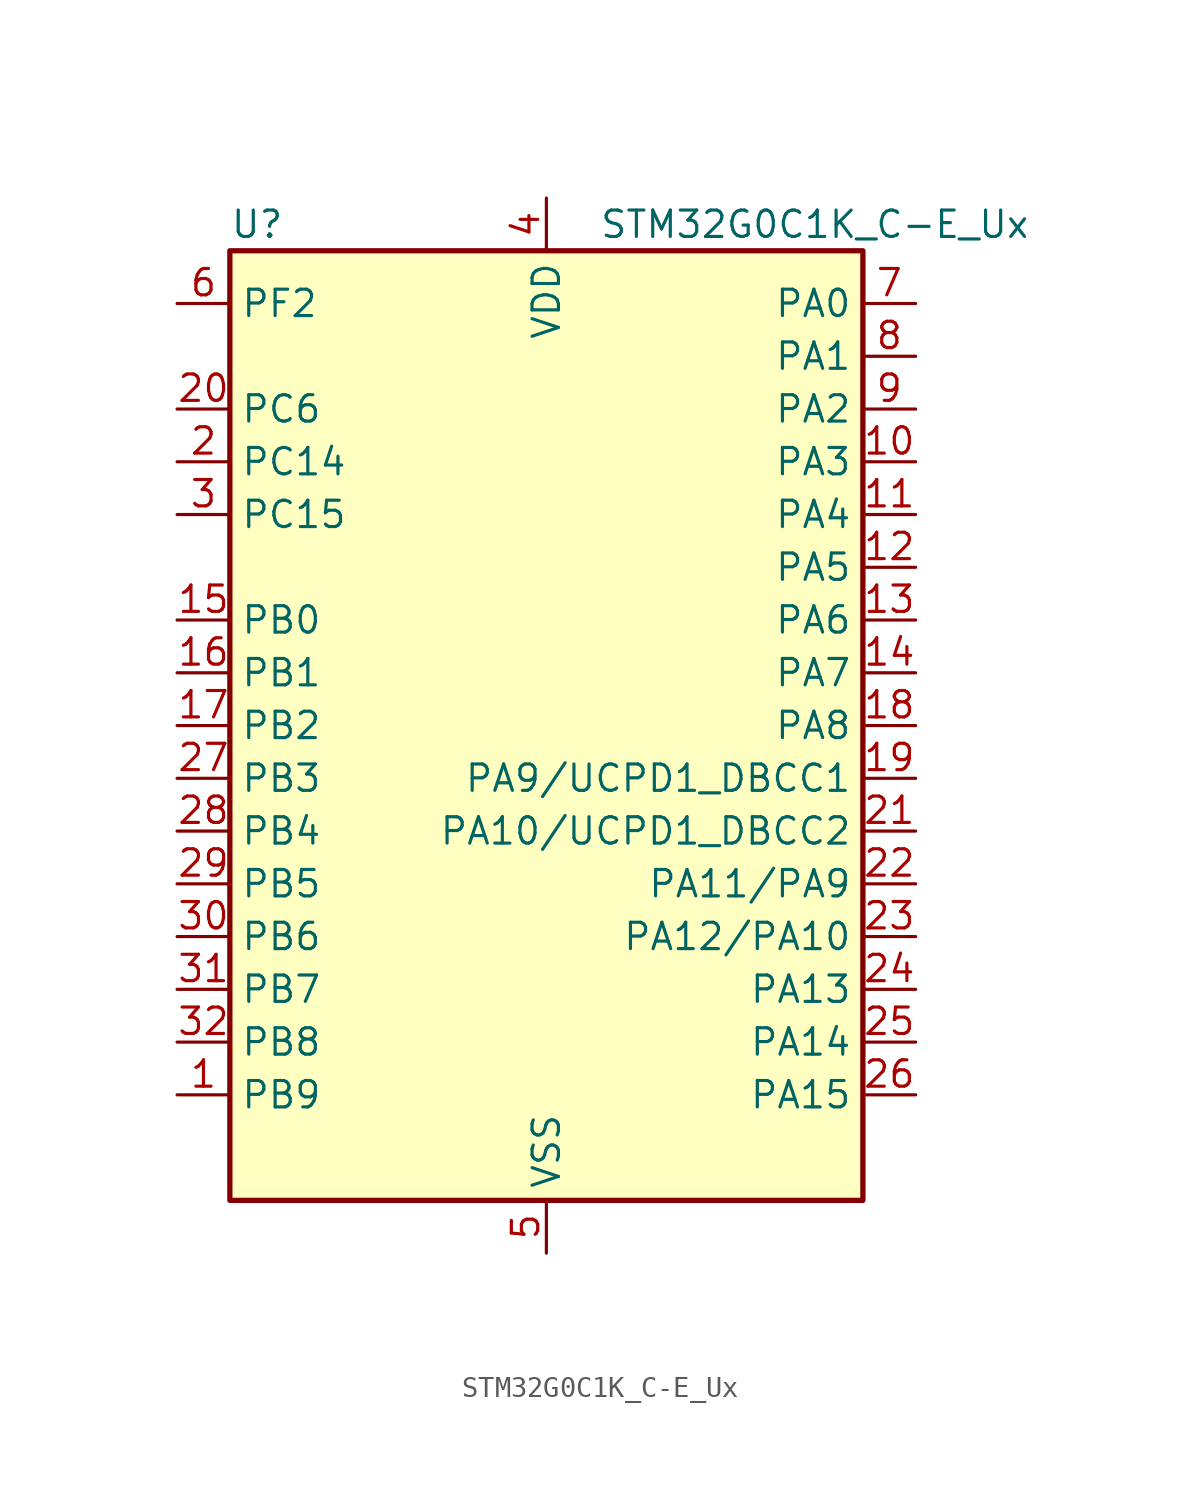
<source format=kicad_sym>
(kicad_symbol_lib
  (version 20211014)
  (generator kicad-library-utils)
  (symbol "STM32G0C1K_C-E_Ux"
    (property "Reference" "U"
      (at -15.24 24.13 0)
      (effects (font (size 1.27 1.27)) (justify left)))
    (property "Value" "STM32G0C1K_C-E_Ux"
      (at 2.54 24.13 0)
      (effects (font (size 1.27 1.27)) (justify left)))
    (property "ki_fp_filters" "QFN*1EP*5x5mm*P0.5mm*"
      (at 0.0 0.0 0.0)
      (effects (font (size 1.27 1.27))))
    (symbol "STM32G0C1K_C-E_Ux_0_1"
      (rectangle (start -15.24 -22.86) (end 15.24 22.86) (stroke (width 0.254)) (fill (type background))))
    (symbol "STM32G0C1K_C-E_Ux_1_1"
      (pin bidirectional line (at -17.78 20.32 0) (length 2.54) (name "PF2" (effects (font (size 1.27 1.27)))) (number "6" (effects (font (size 1.27 1.27)))) (alternate "LPUART2_DE" bidirectional line) (alternate "LPUART2_RTS" bidirectional line) (alternate "LPUART2_TX" bidirectional line) (alternate "RCC_MCO" bidirectional line))
      (pin bidirectional line (at -17.78 15.24 0) (length 2.54) (name "PC6" (effects (font (size 1.27 1.27)))) (number "20" (effects (font (size 1.27 1.27)))) (alternate "LPUART2_TX" bidirectional line) (alternate "TIM2_CH3" bidirectional line) (alternate "TIM3_CH1" bidirectional line) (alternate "UCPD1_FRSTX1" bidirectional line) (alternate "UCPD1_FRSTX2" bidirectional line))
      (pin bidirectional line (at -17.78 12.7 0) (length 2.54) (name "PC14" (effects (font (size 1.27 1.27)))) (number "2" (effects (font (size 1.27 1.27)))) (alternate "RCC_OSC32_IN" bidirectional line) (alternate "RCC_OSC_IN" bidirectional line) (alternate "TIM1_BK2" bidirectional line))
      (pin bidirectional line (at -17.78 10.16 0) (length 2.54) (name "PC15" (effects (font (size 1.27 1.27)))) (number "3" (effects (font (size 1.27 1.27)))) (alternate "RCC_OSC32_EN" bidirectional line) (alternate "RCC_OSC32_OUT" bidirectional line) (alternate "RCC_OSC_EN" bidirectional line) (alternate "TIM15_BK" bidirectional line))
      (pin bidirectional line (at -17.78 5.08 0) (length 2.54) (name "PB0" (effects (font (size 1.27 1.27)))) (number "15" (effects (font (size 1.27 1.27)))) (alternate "ADC1_IN8" bidirectional line) (alternate "COMP1_OUT" bidirectional line) (alternate "COMP3_INP" bidirectional line) (alternate "FDCAN2_RX" bidirectional line) (alternate "I2S1_WS" bidirectional line) (alternate "LPTIM1_OUT" bidirectional line) (alternate "LPUART2_CTS" bidirectional line) (alternate "SPI1_NSS" bidirectional line) (alternate "TIM1_CH2N" bidirectional line) (alternate "TIM3_CH3" bidirectional line) (alternate "UCPD1_FRSTX1" bidirectional line) (alternate "UCPD1_FRSTX2" bidirectional line) (alternate "USART3_RX" bidirectional line) (alternate "USART5_TX" bidirectional line))
      (pin bidirectional line (at -17.78 2.54 0) (length 2.54) (name "PB1" (effects (font (size 1.27 1.27)))) (number "16" (effects (font (size 1.27 1.27)))) (alternate "ADC1_IN9" bidirectional line) (alternate "COMP1_INM" bidirectional line) (alternate "COMP3_OUT" bidirectional line) (alternate "FDCAN2_TX" bidirectional line) (alternate "LPTIM2_IN1" bidirectional line) (alternate "LPUART1_DE" bidirectional line) (alternate "LPUART1_RTS" bidirectional line) (alternate "LPUART2_DE" bidirectional line) (alternate "LPUART2_RTS" bidirectional line) (alternate "TIM14_CH1" bidirectional line) (alternate "TIM1_CH3N" bidirectional line) (alternate "TIM3_CH4" bidirectional line) (alternate "USART3_CK" bidirectional line) (alternate "USART3_DE" bidirectional line) (alternate "USART3_RTS" bidirectional line) (alternate "USART5_RX" bidirectional line))
      (pin bidirectional line (at -17.78 0.0 0) (length 2.54) (name "PB2" (effects (font (size 1.27 1.27)))) (number "17" (effects (font (size 1.27 1.27)))) (alternate "ADC1_IN10" bidirectional line) (alternate "COMP1_INP" bidirectional line) (alternate "COMP3_INM" bidirectional line) (alternate "I2S2_MCK" bidirectional line) (alternate "LPTIM1_OUT" bidirectional line) (alternate "RCC_MCO_2" bidirectional line) (alternate "SPI2_MISO" bidirectional line) (alternate "USART3_TX" bidirectional line))
      (pin bidirectional line (at -17.78 -2.54 0) (length 2.54) (name "PB3" (effects (font (size 1.27 1.27)))) (number "27" (effects (font (size 1.27 1.27)))) (alternate "COMP2_INM" bidirectional line) (alternate "I2C2_SCL" bidirectional line) (alternate "I2C3_SCL" bidirectional line) (alternate "I2S1_CK" bidirectional line) (alternate "SPI1_SCK" bidirectional line) (alternate "SPI3_SCK" bidirectional line) (alternate "TIM1_CH2" bidirectional line) (alternate "TIM2_CH2" bidirectional line) (alternate "USART1_CK" bidirectional line) (alternate "USART1_DE" bidirectional line) (alternate "USART1_RTS" bidirectional line) (alternate "USART5_TX" bidirectional line))
      (pin bidirectional line (at -17.78 -5.08 0) (length 2.54) (name "PB4" (effects (font (size 1.27 1.27)))) (number "28" (effects (font (size 1.27 1.27)))) (alternate "COMP2_INP" bidirectional line) (alternate "I2C2_SDA" bidirectional line) (alternate "I2C3_SDA" bidirectional line) (alternate "I2S1_MCK" bidirectional line) (alternate "SPI1_MISO" bidirectional line) (alternate "SPI3_MISO" bidirectional line) (alternate "TIM17_BK" bidirectional line) (alternate "TIM3_CH1" bidirectional line) (alternate "USART1_CTS" bidirectional line) (alternate "USART1_NSS" bidirectional line) (alternate "USART5_RX" bidirectional line))
      (pin bidirectional line (at -17.78 -7.62 0) (length 2.54) (name "PB5" (effects (font (size 1.27 1.27)))) (number "29" (effects (font (size 1.27 1.27)))) (alternate "COMP2_OUT" bidirectional line) (alternate "FDCAN2_RX" bidirectional line) (alternate "I2C1_SMBA" bidirectional line) (alternate "I2S1_SD" bidirectional line) (alternate "LPTIM1_IN1" bidirectional line) (alternate "SPI1_MOSI" bidirectional line) (alternate "SPI3_MOSI" bidirectional line) (alternate "SYS_WKUP6" bidirectional line) (alternate "TIM16_BK" bidirectional line) (alternate "TIM3_CH2" bidirectional line) (alternate "USART5_CK" bidirectional line) (alternate "USART5_DE" bidirectional line) (alternate "USART5_RTS" bidirectional line))
      (pin bidirectional line (at -17.78 -10.16 0) (length 2.54) (name "PB6" (effects (font (size 1.27 1.27)))) (number "30" (effects (font (size 1.27 1.27)))) (alternate "COMP2_INP" bidirectional line) (alternate "FDCAN2_TX" bidirectional line) (alternate "I2C1_SCL" bidirectional line) (alternate "I2S2_MCK" bidirectional line) (alternate "LPTIM1_ETR" bidirectional line) (alternate "LPUART2_TX" bidirectional line) (alternate "SPI2_MISO" bidirectional line) (alternate "TIM16_CH1N" bidirectional line) (alternate "TIM1_CH3" bidirectional line) (alternate "TIM4_CH1" bidirectional line) (alternate "USART1_TX" bidirectional line) (alternate "USART5_CTS" bidirectional line) (alternate "USART5_NSS" bidirectional line))
      (pin bidirectional line (at -17.78 -12.7 0) (length 2.54) (name "PB7" (effects (font (size 1.27 1.27)))) (number "31" (effects (font (size 1.27 1.27)))) (alternate "COMP2_INM" bidirectional line) (alternate "I2C1_SDA" bidirectional line) (alternate "I2S2_SD" bidirectional line) (alternate "LPTIM1_IN2" bidirectional line) (alternate "LPUART2_RX" bidirectional line) (alternate "SPI2_MOSI" bidirectional line) (alternate "SYS_PVD_IN" bidirectional line) (alternate "TIM17_CH1N" bidirectional line) (alternate "TIM4_CH2" bidirectional line) (alternate "USART1_RX" bidirectional line) (alternate "USART4_CTS" bidirectional line) (alternate "USART4_NSS" bidirectional line))
      (pin bidirectional line (at -17.78 -15.24 0) (length 2.54) (name "PB8" (effects (font (size 1.27 1.27)))) (number "32" (effects (font (size 1.27 1.27)))) (alternate "CEC" bidirectional line) (alternate "FDCAN1_RX" bidirectional line) (alternate "I2C1_SCL" bidirectional line) (alternate "I2S2_CK" bidirectional line) (alternate "SPI2_SCK" bidirectional line) (alternate "TIM15_BK" bidirectional line) (alternate "TIM16_CH1" bidirectional line) (alternate "TIM4_CH3" bidirectional line) (alternate "USART3_TX" bidirectional line) (alternate "USART6_TX" bidirectional line))
      (pin bidirectional line (at -17.78 -17.78 0) (length 2.54) (name "PB9" (effects (font (size 1.27 1.27)))) (number "1" (effects (font (size 1.27 1.27)))) (alternate "DAC1_EXTI9" bidirectional line) (alternate "FDCAN1_TX" bidirectional line) (alternate "I2C1_SDA" bidirectional line) (alternate "I2S2_WS" bidirectional line) (alternate "IR_OUT" bidirectional line) (alternate "SPI2_NSS" bidirectional line) (alternate "TIM17_CH1" bidirectional line) (alternate "TIM4_CH4" bidirectional line) (alternate "USART3_RX" bidirectional line) (alternate "USART6_RX" bidirectional line))
      (pin bidirectional line (at 17.78 20.32 180) (length 2.54) (name "PA0" (effects (font (size 1.27 1.27)))) (number "7" (effects (font (size 1.27 1.27)))) (alternate "ADC1_IN0" bidirectional line) (alternate "COMP1_INM" bidirectional line) (alternate "COMP1_OUT" bidirectional line) (alternate "I2S2_CK" bidirectional line) (alternate "LPTIM1_OUT" bidirectional line) (alternate "RTC_TAMP_IN2" bidirectional line) (alternate "SPI2_SCK" bidirectional line) (alternate "SYS_WKUP1" bidirectional line) (alternate "TIM2_CH1" bidirectional line) (alternate "TIM2_ETR" bidirectional line) (alternate "USART2_CTS" bidirectional line) (alternate "USART2_NSS" bidirectional line) (alternate "USART4_TX" bidirectional line))
      (pin bidirectional line (at 17.78 17.78 180) (length 2.54) (name "PA1" (effects (font (size 1.27 1.27)))) (number "8" (effects (font (size 1.27 1.27)))) (alternate "ADC1_IN1" bidirectional line) (alternate "COMP1_INP" bidirectional line) (alternate "I2C1_SMBA" bidirectional line) (alternate "I2S1_CK" bidirectional line) (alternate "SPI1_SCK" bidirectional line) (alternate "TIM15_CH1N" bidirectional line) (alternate "TIM2_CH2" bidirectional line) (alternate "USART2_CK" bidirectional line) (alternate "USART2_DE" bidirectional line) (alternate "USART2_RTS" bidirectional line) (alternate "USART4_RX" bidirectional line))
      (pin bidirectional line (at 17.78 15.24 180) (length 2.54) (name "PA2" (effects (font (size 1.27 1.27)))) (number "9" (effects (font (size 1.27 1.27)))) (alternate "ADC1_IN2" bidirectional line) (alternate "COMP2_INM" bidirectional line) (alternate "COMP2_OUT" bidirectional line) (alternate "I2S1_SD" bidirectional line) (alternate "LPUART1_TX" bidirectional line) (alternate "RCC_LSCO" bidirectional line) (alternate "SPI1_MOSI" bidirectional line) (alternate "SYS_WKUP4" bidirectional line) (alternate "TIM15_CH1" bidirectional line) (alternate "TIM2_CH3" bidirectional line) (alternate "UCPD1_FRSTX1" bidirectional line) (alternate "UCPD1_FRSTX2" bidirectional line) (alternate "USART2_TX" bidirectional line))
      (pin bidirectional line (at 17.78 12.7 180) (length 2.54) (name "PA3" (effects (font (size 1.27 1.27)))) (number "10" (effects (font (size 1.27 1.27)))) (alternate "ADC1_IN3" bidirectional line) (alternate "COMP2_INP" bidirectional line) (alternate "I2S2_MCK" bidirectional line) (alternate "LPUART1_RX" bidirectional line) (alternate "SPI2_MISO" bidirectional line) (alternate "TIM15_CH2" bidirectional line) (alternate "TIM2_CH4" bidirectional line) (alternate "USART2_RX" bidirectional line))
      (pin bidirectional line (at 17.78 10.16 180) (length 2.54) (name "PA4" (effects (font (size 1.27 1.27)))) (number "11" (effects (font (size 1.27 1.27)))) (alternate "ADC1_IN4" bidirectional line) (alternate "DAC1_OUT1" bidirectional line) (alternate "I2S1_WS" bidirectional line) (alternate "I2S2_SD" bidirectional line) (alternate "LPTIM2_OUT" bidirectional line) (alternate "RTC_OUT1" bidirectional line) (alternate "RTC_TAMP_IN1" bidirectional line) (alternate "RTC_TS" bidirectional line) (alternate "SPI1_NSS" bidirectional line) (alternate "SPI2_MOSI" bidirectional line) (alternate "SPI3_NSS" bidirectional line) (alternate "SYS_WKUP2" bidirectional line) (alternate "TIM14_CH1" bidirectional line) (alternate "USART6_TX" bidirectional line) (alternate "USB_NOE" bidirectional line))
      (pin bidirectional line (at 17.78 7.62 180) (length 2.54) (name "PA5" (effects (font (size 1.27 1.27)))) (number "12" (effects (font (size 1.27 1.27)))) (alternate "ADC1_IN5" bidirectional line) (alternate "CEC" bidirectional line) (alternate "DAC1_OUT2" bidirectional line) (alternate "I2S1_CK" bidirectional line) (alternate "LPTIM2_ETR" bidirectional line) (alternate "SPI1_SCK" bidirectional line) (alternate "TIM2_CH1" bidirectional line) (alternate "TIM2_ETR" bidirectional line) (alternate "UCPD1_FRSTX1" bidirectional line) (alternate "UCPD1_FRSTX2" bidirectional line) (alternate "USART3_TX" bidirectional line) (alternate "USART6_RX" bidirectional line))
      (pin bidirectional line (at 17.78 5.08 180) (length 2.54) (name "PA6" (effects (font (size 1.27 1.27)))) (number "13" (effects (font (size 1.27 1.27)))) (alternate "ADC1_IN6" bidirectional line) (alternate "COMP1_OUT" bidirectional line) (alternate "I2C2_SDA" bidirectional line) (alternate "I2C3_SDA" bidirectional line) (alternate "I2S1_MCK" bidirectional line) (alternate "LPUART1_CTS" bidirectional line) (alternate "SPI1_MISO" bidirectional line) (alternate "TIM16_CH1" bidirectional line) (alternate "TIM1_BK" bidirectional line) (alternate "TIM3_CH1" bidirectional line) (alternate "USART3_CTS" bidirectional line) (alternate "USART3_NSS" bidirectional line) (alternate "USART6_CTS" bidirectional line) (alternate "USART6_NSS" bidirectional line))
      (pin bidirectional line (at 17.78 2.54 180) (length 2.54) (name "PA7" (effects (font (size 1.27 1.27)))) (number "14" (effects (font (size 1.27 1.27)))) (alternate "ADC1_IN7" bidirectional line) (alternate "COMP2_OUT" bidirectional line) (alternate "I2C2_SCL" bidirectional line) (alternate "I2C3_SCL" bidirectional line) (alternate "I2S1_SD" bidirectional line) (alternate "SPI1_MOSI" bidirectional line) (alternate "TIM14_CH1" bidirectional line) (alternate "TIM17_CH1" bidirectional line) (alternate "TIM1_CH1N" bidirectional line) (alternate "TIM3_CH2" bidirectional line) (alternate "UCPD1_FRSTX1" bidirectional line) (alternate "UCPD1_FRSTX2" bidirectional line) (alternate "USART6_CK" bidirectional line) (alternate "USART6_DE" bidirectional line) (alternate "USART6_RTS" bidirectional line))
      (pin bidirectional line (at 17.78 0.0 180) (length 2.54) (name "PA8" (effects (font (size 1.27 1.27)))) (number "18" (effects (font (size 1.27 1.27)))) (alternate "CRS1_SYNC" bidirectional line) (alternate "I2C2_SMBA" bidirectional line) (alternate "I2S2_WS" bidirectional line) (alternate "LPTIM2_OUT" bidirectional line) (alternate "RCC_MCO" bidirectional line) (alternate "SPI2_NSS" bidirectional line) (alternate "TIM1_CH1" bidirectional line) (alternate "UCPD1_CC1" bidirectional line))
      (pin bidirectional line (at 17.78 -2.54 180) (length 2.54) (name "PA9/UCPD1_DBCC1" (effects (font (size 1.27 1.27)))) (number "19" (effects (font (size 1.27 1.27)))) (alternate "DAC1_EXTI9" bidirectional line) (alternate "I2C1_SCL" bidirectional line) (alternate "I2C2_SCL" bidirectional line) (alternate "I2S2_MCK" bidirectional line) (alternate "RCC_MCO" bidirectional line) (alternate "SPI2_MISO" bidirectional line) (alternate "TIM15_BK" bidirectional line) (alternate "TIM1_CH2" bidirectional line) (alternate "UCPD1_DBCC1" bidirectional line) (alternate "USART1_TX" bidirectional line))
      (pin bidirectional line (at 17.78 -5.08 180) (length 2.54) (name "PA10/UCPD1_DBCC2" (effects (font (size 1.27 1.27)))) (number "21" (effects (font (size 1.27 1.27)))) (alternate "I2C1_SDA" bidirectional line) (alternate "I2C2_SDA" bidirectional line) (alternate "I2S2_SD" bidirectional line) (alternate "RCC_MCO_2" bidirectional line) (alternate "SPI2_MOSI" bidirectional line) (alternate "TIM17_BK" bidirectional line) (alternate "TIM1_CH3" bidirectional line) (alternate "UCPD1_DBCC2" bidirectional line) (alternate "USART1_RX" bidirectional line))
      (pin bidirectional line (at 17.78 -7.62 180) (length 2.54) (name "PA11/PA9" (effects (font (size 1.27 1.27)))) (number "22" (effects (font (size 1.27 1.27)))) (alternate "ADC1_EXTI11" bidirectional line) (alternate "COMP1_OUT" bidirectional line) (alternate "FDCAN1_RX" bidirectional line) (alternate "I2C2_SCL" bidirectional line) (alternate "I2S1_MCK" bidirectional line) (alternate "SPI1_MISO" bidirectional line) (alternate "TIM1_BK2" bidirectional line) (alternate "TIM1_CH4" bidirectional line) (alternate "USART1_CTS" bidirectional line) (alternate "USART1_NSS" bidirectional line) (alternate "USB_DM" bidirectional line))
      (pin bidirectional line (at 17.78 -10.16 180) (length 2.54) (name "PA12/PA10" (effects (font (size 1.27 1.27)))) (number "23" (effects (font (size 1.27 1.27)))) (alternate "COMP2_OUT" bidirectional line) (alternate "FDCAN1_TX" bidirectional line) (alternate "I2C2_SDA" bidirectional line) (alternate "I2S1_SD" bidirectional line) (alternate "I2S_CKIN" bidirectional line) (alternate "SPI1_MOSI" bidirectional line) (alternate "TIM1_ETR" bidirectional line) (alternate "USART1_CK" bidirectional line) (alternate "USART1_DE" bidirectional line) (alternate "USART1_RTS" bidirectional line) (alternate "USB_DP" bidirectional line))
      (pin bidirectional line (at 17.78 -12.7 180) (length 2.54) (name "PA13" (effects (font (size 1.27 1.27)))) (number "24" (effects (font (size 1.27 1.27)))) (alternate "IR_OUT" bidirectional line) (alternate "LPUART2_RX" bidirectional line) (alternate "SYS_SWDIO" bidirectional line) (alternate "USB_NOE" bidirectional line))
      (pin bidirectional line (at 17.78 -15.24 180) (length 2.54) (name "PA14" (effects (font (size 1.27 1.27)))) (number "25" (effects (font (size 1.27 1.27)))) (alternate "LPUART2_TX" bidirectional line) (alternate "SYS_SWCLK" bidirectional line) (alternate "USART2_TX" bidirectional line))
      (pin bidirectional line (at 17.78 -17.78 180) (length 2.54) (name "PA15" (effects (font (size 1.27 1.27)))) (number "26" (effects (font (size 1.27 1.27)))) (alternate "I2C2_SMBA" bidirectional line) (alternate "I2S1_WS" bidirectional line) (alternate "RCC_MCO_2" bidirectional line) (alternate "SPI1_NSS" bidirectional line) (alternate "SPI3_NSS" bidirectional line) (alternate "TIM2_CH1" bidirectional line) (alternate "TIM2_ETR" bidirectional line) (alternate "USART2_RX" bidirectional line) (alternate "USART3_CK" bidirectional line) (alternate "USART3_DE" bidirectional line) (alternate "USART3_RTS" bidirectional line) (alternate "USART4_CK" bidirectional line) (alternate "USART4_DE" bidirectional line) (alternate "USART4_RTS" bidirectional line) (alternate "USB_NOE" bidirectional line))
      (pin power_in line (at 0.0 25.4 270) (length 2.54) (name "VDD" (effects (font (size 1.27 1.27)))) (number "4" (effects (font (size 1.27 1.27)))))
      (pin power_in line (at 0.0 -25.4 90) (length 2.54) (name "VSS" (effects (font (size 1.27 1.27)))) (number "5" (effects (font (size 1.27 1.27)))))
      (pin passive line (at 0.0 -25.4 90) (length 2.54) hide (name "VSS" (effects (font (size 1.27 1.27)))) (number "33" (effects (font (size 1.27 1.27))))))))
</source>
